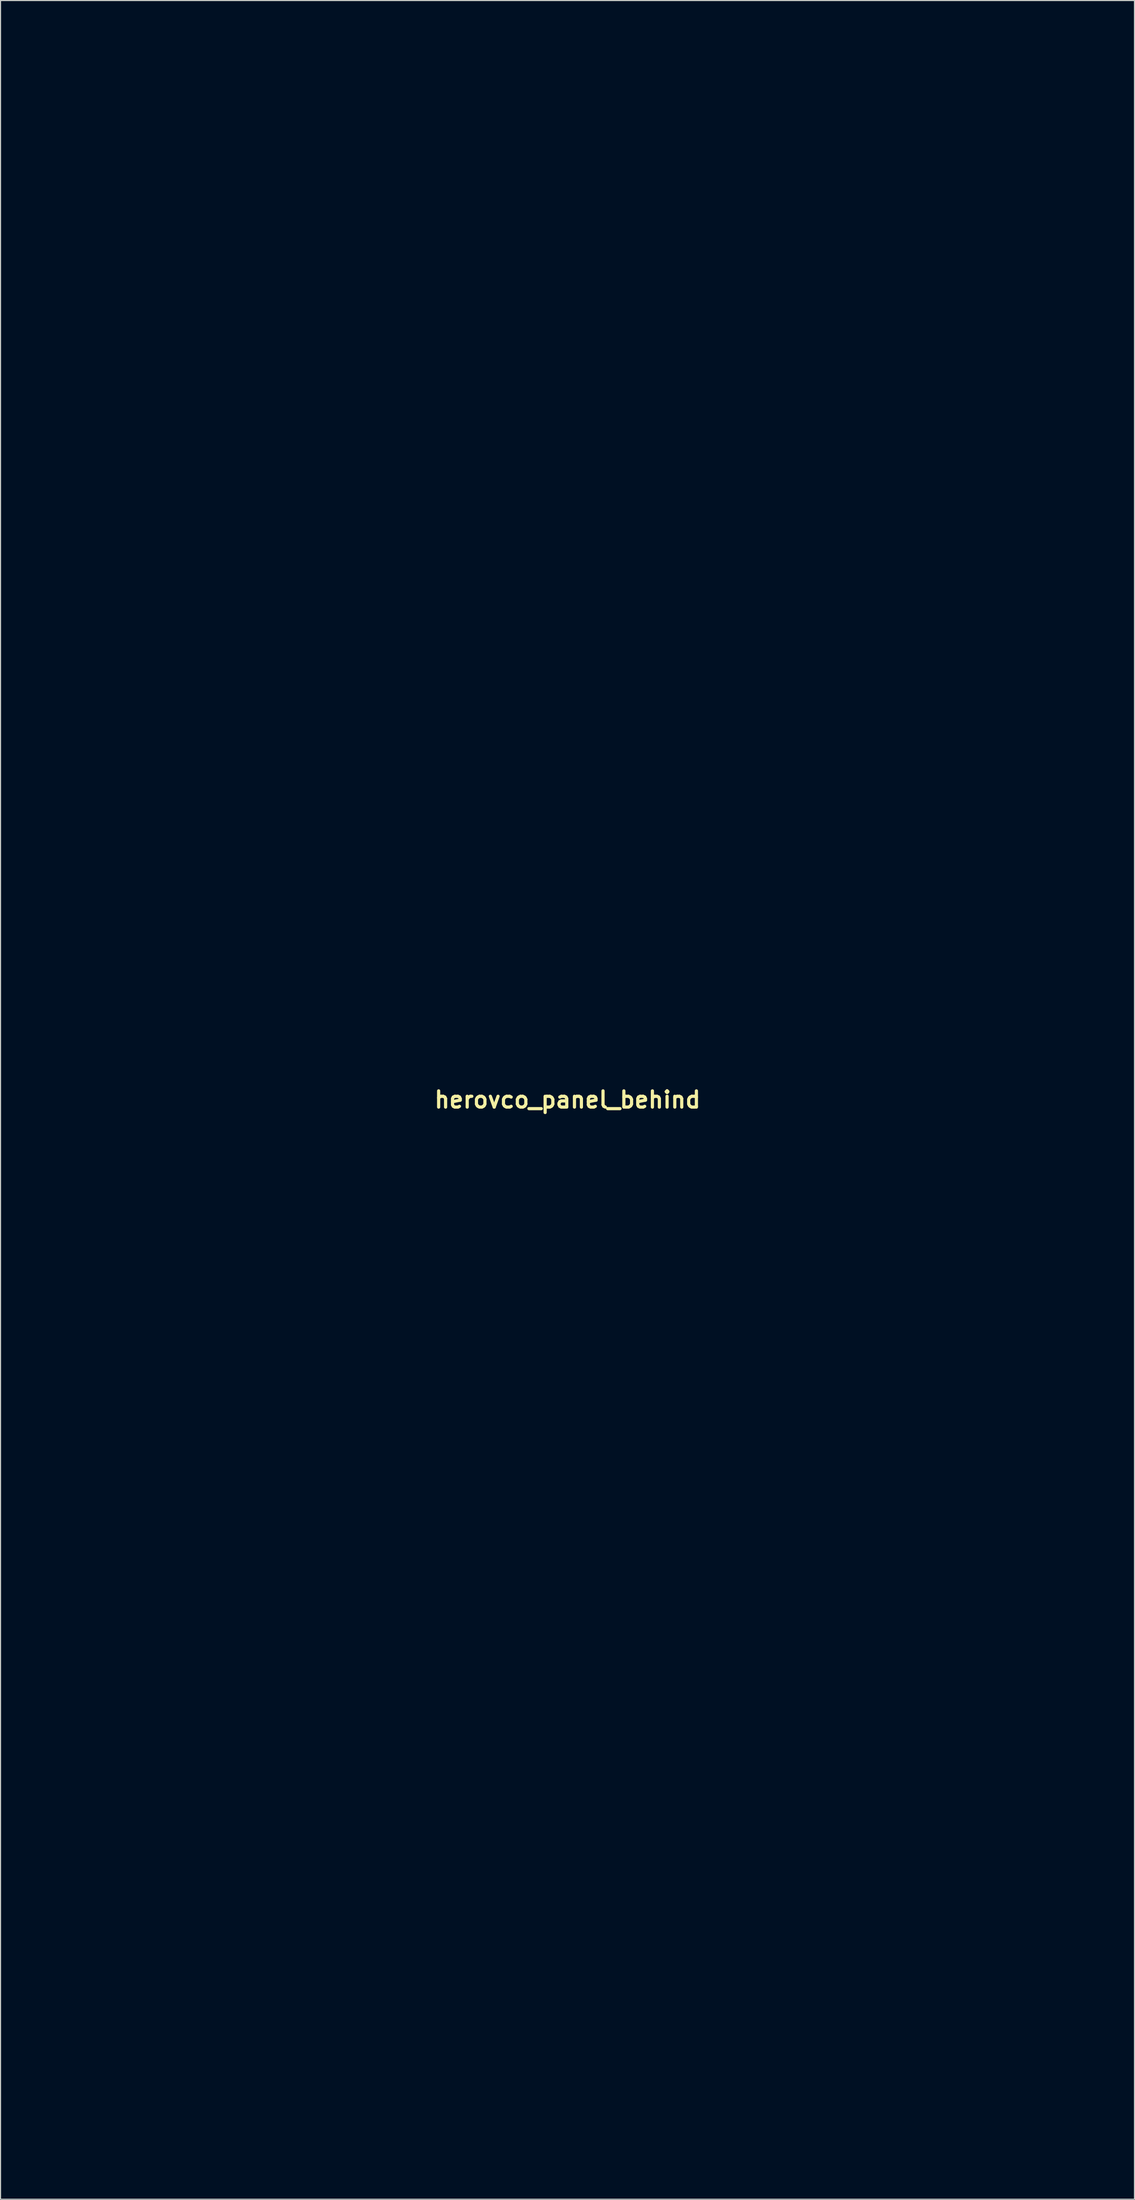
<source format=kicad_pcb>
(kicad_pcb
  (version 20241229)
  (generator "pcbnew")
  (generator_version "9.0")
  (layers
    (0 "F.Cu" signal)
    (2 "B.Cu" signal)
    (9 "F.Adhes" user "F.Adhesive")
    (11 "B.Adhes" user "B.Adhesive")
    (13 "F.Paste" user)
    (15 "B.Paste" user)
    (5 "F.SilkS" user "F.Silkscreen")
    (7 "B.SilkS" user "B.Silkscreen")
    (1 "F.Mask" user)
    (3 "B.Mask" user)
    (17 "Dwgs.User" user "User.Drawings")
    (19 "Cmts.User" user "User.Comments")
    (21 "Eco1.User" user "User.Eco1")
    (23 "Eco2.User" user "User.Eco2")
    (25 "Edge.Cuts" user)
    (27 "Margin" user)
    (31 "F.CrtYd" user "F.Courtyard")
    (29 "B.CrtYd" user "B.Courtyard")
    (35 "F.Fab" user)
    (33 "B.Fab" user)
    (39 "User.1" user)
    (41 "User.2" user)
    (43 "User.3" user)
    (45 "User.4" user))
  (footprint "herovco_panel_behind"
    (layer "F.Cu")
    (at 50.317 100.304)
    (property "Reference" "herovco_panel_behind" (at 0 0 0) (layer "F.SilkS") (effects (font (size 1.524 1.524) (thickness 0.3))))
    (attr board_only exclude_from_pos_files exclude_from_bom)
    (fp_poly (pts (xy -32.499 6.515) (xy -34.931 6.522) (xy -37.363 6.528) (xy -37.363 5.131) (xy -35.001 5.131) (xy -35.001 4.877) (xy -37.363 4.877) (xy -37.363 3.505) (xy -32.486 3.505)) (stroke (width 0.1) (type solid)) (fill no) (layer "Eco1.User"))
    (fp_poly (pts (xy 50.267 100.279) (xy -50.267 100.279) (xy -50.267 99.746) (xy -49.733 99.746) (xy 49.733 99.746) (xy 49.733 -99.72) (xy -49.733 -99.72) (xy -49.733 99.746) (xy -50.267 99.746) (xy -50.267 -100.254) (xy 50.267 -100.254)) (stroke (width 0.1) (type solid)) (fill no) (layer "Eco1.User"))
    (fp_poly (pts (xy 45.72 -38.252) (xy 35.306 -38.252) (xy 35.306 -39.853) (xy 43.002 -39.853) (xy 43.866 -39.853) (xy 43.866 -38.989) (xy 44.12 -38.989) (xy 44.12 -39.853) (xy 45.009 -39.853) (xy 45.009 -40.105) (xy 44.571 -40.112) (xy 44.133 -40.119) (xy 44.119 -40.996) (xy 43.866 -40.996) (xy 43.866 -40.107) (xy 43.002 -40.107) (xy 43.002 -39.853) (xy 35.306 -39.853) (xy 35.306 -44.12) (xy 45.72 -44.12)) (stroke (width 0.1) (type solid)) (fill no) (layer "Eco1.User"))
    (fp_poly (pts (xy 45.72 -28.245) (xy 35.306 -28.245) (xy 35.306 -29.845) (xy 43.002 -29.845) (xy 43.866 -29.845) (xy 43.866 -28.981) (xy 44.12 -28.981) (xy 44.12 -29.844) (xy 44.558 -29.851) (xy 44.996 -29.858) (xy 45.011 -30.124) (xy 44.12 -30.124) (xy 44.12 -30.988) (xy 43.866 -30.988) (xy 43.866 -30.124) (xy 43.002 -30.124) (xy 43.002 -29.845) (xy 35.306 -29.845) (xy 35.306 -34.112) (xy 45.72 -34.112)) (stroke (width 0.1) (type solid)) (fill no) (layer "Eco1.User"))
    (fp_poly (pts (xy 45.72 -8.255) (xy 35.306 -8.255) (xy 35.306 -9.855) (xy 43.002 -9.855) (xy 43.866 -9.855) (xy 43.866 -8.992) (xy 44.12 -8.992) (xy 44.12 -9.855) (xy 45.009 -9.855) (xy 45.009 -10.108) (xy 44.571 -10.115) (xy 44.133 -10.122) (xy 44.119 -11.001) (xy 43.879 -10.986) (xy 43.865 -10.109) (xy 43.002 -10.109) (xy 43.002 -9.855) (xy 35.306 -9.855) (xy 35.306 -14.122) (xy 45.72 -14.122)) (stroke (width 0.1) (type solid)) (fill no) (layer "Eco1.User"))
    (fp_poly (pts (xy 45.72 1.753) (xy 35.306 1.753) (xy 35.306 0.152) (xy 43.002 0.152) (xy 43.866 0.152) (xy 43.866 1.016) (xy 44.12 1.016) (xy 44.12 0.154) (xy 44.558 0.147) (xy 44.996 0.14) (xy 44.996 -0.114) (xy 44.12 -0.128) (xy 44.12 -0.991) (xy 43.866 -0.991) (xy 43.866 -0.127) (xy 43.002 -0.127) (xy 43.002 0.152) (xy 35.306 0.152) (xy 35.306 -4.115) (xy 45.72 -4.115)) (stroke (width 0.1) (type solid)) (fill no) (layer "Eco1.User"))
    (fp_poly (pts (xy 45.72 -18.237) (xy 35.306 -18.237) (xy 35.306 -19.863) (xy 43.002 -19.863) (xy 43.866 -19.863) (xy 43.866 -18.999) (xy 44.119 -18.999) (xy 44.126 -19.425) (xy 44.133 -19.85) (xy 45.009 -19.864) (xy 45.009 -20.116) (xy 44.571 -20.123) (xy 44.133 -20.13) (xy 44.126 -20.555) (xy 44.119 -20.98) (xy 43.866 -20.98) (xy 43.866 -20.117) (xy 43.002 -20.117) (xy 43.002 -19.863) (xy 35.306 -19.863) (xy 35.306 -24.105) (xy 45.72 -24.105)) (stroke (width 0.1) (type solid)) (fill no) (layer "Eco1.User"))
    (fp_poly (pts (xy 45.707 -48.247) (xy 40.507 -48.241) (xy 35.306 -48.234) (xy 35.309 -49.86) (xy 43.002 -49.86) (xy 43.866 -49.86) (xy 43.866 -48.997) (xy 44.119 -48.997) (xy 44.126 -49.422) (xy 44.133 -49.847) (xy 45.009 -49.861) (xy 45.009 -50.113) (xy 44.571 -50.12) (xy 44.133 -50.127) (xy 44.126 -50.552) (xy 44.119 -50.978) (xy 43.866 -50.978) (xy 43.866 -50.114) (xy 43.002 -50.114) (xy 43.002 -49.86) (xy 35.309 -49.86) (xy 35.312 -51.175) (xy 35.319 -54.115) (xy 45.707 -54.115)) (stroke (width 0.1) (type solid)) (fill no) (layer "Eco1.User"))
    (fp_poly (pts (xy 45.517 -58.242) (xy 35.103 -58.242) (xy 35.103 -59.868) (xy 43.002 -59.868) (xy 43.866 -59.868) (xy 43.866 -59.44) (xy 43.867 -59.298) (xy 43.869 -59.173) (xy 43.873 -59.076) (xy 43.878 -59.014) (xy 43.883 -58.996) (xy 43.917 -58.985) (xy 43.981 -58.979) (xy 44.009 -58.979) (xy 44.119 -58.979) (xy 44.133 -59.855) (xy 45.009 -59.869) (xy 45.009 -60.122) (xy 44.12 -60.122) (xy 44.12 -60.985) (xy 43.866 -60.985) (xy 43.866 -60.122) (xy 43.002 -60.122) (xy 43.002 -59.868) (xy 35.103 -59.868) (xy 35.103 -64.11) (xy 45.517 -64.11)) (stroke (width 0.1) (type solid)) (fill no) (layer "Eco1.User"))
    (fp_poly (pts (xy -37.643 4.877) (xy -40.005 4.877) (xy -40.005 5.131) (xy -37.643 5.131) (xy -37.643 6.528) (xy -40.069 6.528) (xy -40.491 6.528) (xy -40.864 6.527) (xy -41.191 6.527) (xy -41.475 6.526) (xy -41.719 6.524) (xy -41.924 6.522) (xy -42.094 6.52) (xy -42.231 6.517) (xy -42.337 6.514) (xy -42.416 6.51) (xy -42.469 6.506) (xy -42.498 6.501) (xy -42.508 6.496) (xy -42.51 6.465) (xy -42.512 6.389) (xy -42.513 6.27) (xy -42.514 6.115) (xy -42.515 5.927) (xy -42.515 5.711) (xy -42.515 5.473) (xy -42.514 5.215) (xy -42.513 4.991) (xy -42.507 3.518) (xy -37.643 3.505)) (stroke (width 0.1) (type solid)) (fill no) (layer "Eco1.User"))
    (fp_poly (pts (xy -29.532 67.051) (xy -29.464 67.122) (xy -29.464 75.022) (xy -29.464 82.922) (xy -29.523 82.977) (xy -29.582 83.033) (xy -41.266 83.033) (xy -43.347 81.053) (xy -43.622 80.791) (xy -43.887 80.538) (xy -44.14 80.296) (xy -44.379 80.067) (xy -44.601 79.854) (xy -44.804 79.659) (xy -44.985 79.485) (xy -45.142 79.333) (xy -45.272 79.205) (xy -45.374 79.106) (xy -45.444 79.035) (xy -45.481 78.997) (xy -45.485 78.992) (xy -45.542 78.91) (xy -45.542 73.016) (xy -45.542 67.259) (xy -45.263 67.259) (xy -45.262 73.057) (xy -45.262 78.854) (xy -41.137 82.779) (xy -29.743 82.779) (xy -29.743 67.259) (xy -45.263 67.259) (xy -45.542 67.259) (xy -45.542 67.122) (xy -45.474 67.051) (xy -45.406 66.98) (xy -29.601 66.98)) (stroke (width 0.1) (type solid)) (fill no) (layer "Eco1.User"))
    (fp_poly (pts (xy -4.47 17.11) (xy -4.47 25.007) (xy -4.47 32.903) (xy -4.607 33.045) (xy -16.224 33.045) (xy -16.297 32.988) (xy -16.326 32.963) (xy -16.388 32.906) (xy -16.481 32.818) (xy -16.602 32.705) (xy -16.748 32.567) (xy -16.916 32.409) (xy -17.103 32.232) (xy -17.306 32.04) (xy -17.522 31.835) (xy -17.748 31.621) (xy -17.981 31.399) (xy -18.219 31.173) (xy -18.458 30.946) (xy -18.695 30.721) (xy -18.927 30.5) (xy -19.152 30.286) (xy -19.366 30.081) (xy -19.567 29.89) (xy -19.751 29.714) (xy -19.916 29.556) (xy -20.058 29.42) (xy -20.175 29.307) (xy -20.264 29.221) (xy -20.321 29.165) (xy -20.326 29.16) (xy -20.523 28.963) (xy -20.523 28.844) (xy -20.269 28.844) (xy -18.209 30.805) (xy -16.149 32.766) (xy -4.75 32.766) (xy -4.75 17.247) (xy -20.269 17.247) (xy -20.269 28.844) (xy -20.523 28.844) (xy -20.523 17.103) (xy -20.464 17.048) (xy -20.406 16.993) (xy -4.581 16.993)) (stroke (width 0.1) (type solid)) (fill no) (layer "Eco1.User"))
    (fp_poly (pts (xy 20.523 42.104) (xy 20.523 57.929) (xy 20.464 57.984) (xy 20.406 58.039) (xy 8.77 58.039) (xy 8.697 57.982) (xy 8.668 57.957) (xy 8.606 57.899) (xy 8.513 57.812) (xy 8.391 57.698) (xy 8.246 57.561) (xy 8.078 57.402) (xy 7.891 57.226) (xy 7.688 57.033) (xy 7.472 56.829) (xy 7.245 56.614) (xy 7.012 56.393) (xy 6.775 56.167) (xy 6.536 55.94) (xy 6.299 55.715) (xy 6.066 55.493) (xy 5.841 55.279) (xy 5.627 55.075) (xy 5.427 54.883) (xy 5.242 54.707) (xy 5.078 54.55) (xy 4.935 54.413) (xy 4.818 54.301) (xy 4.73 54.215) (xy 4.672 54.159) (xy 4.667 54.153) (xy 4.47 53.956) (xy 4.47 42.266) (xy 4.75 42.266) (xy 4.75 48.063) (xy 4.75 53.861) (xy 6.797 55.81) (xy 8.845 57.76) (xy 20.269 57.76) (xy 20.269 42.266) (xy 4.75 42.266) (xy 4.47 42.266) (xy 4.47 42.129) (xy 4.539 42.057) (xy 4.607 41.986) (xy 20.413 41.986)) (stroke (width 0.1) (type solid)) (fill no) (layer "Eco1.User"))
    (fp_poly (pts (xy -29.532 42.057) (xy -29.464 42.129) (xy -29.464 57.897) (xy -29.532 57.968) (xy -29.601 58.039) (xy -41.253 58.039) (xy -41.395 57.906) (xy -41.536 57.774) (xy -41.699 57.62) (xy -41.883 57.446) (xy -42.084 57.255) (xy -42.3 57.05) (xy -42.528 56.834) (xy -42.764 56.609) (xy -43.007 56.377) (xy -43.254 56.143) (xy -43.5 55.907) (xy -43.745 55.674) (xy -43.984 55.445) (xy -44.216 55.223) (xy -44.437 55.011) (xy -44.644 54.812) (xy -44.835 54.629) (xy -45.007 54.463) (xy -45.157 54.318) (xy -45.283 54.197) (xy -45.38 54.101) (xy -45.448 54.035) (xy -45.482 54) (xy -45.485 53.996) (xy -45.542 53.917) (xy -45.542 48.023) (xy -45.542 42.266) (xy -45.263 42.266) (xy -45.261 48.063) (xy -45.259 53.861) (xy -43.21 55.81) (xy -41.161 57.758) (xy -35.452 57.759) (xy -29.743 57.76) (xy -29.743 42.266) (xy -45.263 42.266) (xy -45.542 42.266) (xy -45.542 42.129) (xy -45.474 42.057) (xy -45.406 41.986) (xy -29.601 41.986)) (stroke (width 0.1) (type solid)) (fill no) (layer "Eco1.User"))
    (fp_poly (pts (xy -4.539 67.051) (xy -4.47 67.122) (xy -4.47 82.922) (xy -4.529 82.977) (xy -4.588 83.033) (xy -16.261 83.033) (xy -16.43 82.872) (xy -16.472 82.832) (xy -16.548 82.76) (xy -16.655 82.658) (xy -16.791 82.529) (xy -16.953 82.375) (xy -17.138 82.199) (xy -17.344 82.004) (xy -17.567 81.792) (xy -17.805 81.565) (xy -18.056 81.327) (xy -18.316 81.08) (xy -18.491 80.914) (xy -18.754 80.664) (xy -19.007 80.424) (xy -19.247 80.194) (xy -19.474 79.979) (xy -19.683 79.779) (xy -19.873 79.599) (xy -20.04 79.439) (xy -20.183 79.302) (xy -20.298 79.192) (xy -20.384 79.11) (xy -20.437 79.058) (xy -20.453 79.042) (xy -20.523 78.968) (xy -20.522 73.044) (xy -20.522 67.259) (xy -20.269 67.259) (xy -20.267 73.057) (xy -20.265 78.854) (xy -18.203 80.816) (xy -16.142 82.777) (xy -10.446 82.778) (xy -4.75 82.779) (xy -4.75 67.259) (xy -20.269 67.259) (xy -20.522 67.259) (xy -20.522 67.12) (xy -20.399 66.98) (xy -4.607 66.98)) (stroke (width 0.1) (type solid)) (fill no) (layer "Eco1.User"))
    (fp_poly (pts (xy 45.474 42.057) (xy 45.542 42.129) (xy 45.542 57.897) (xy 45.474 57.968) (xy 45.406 58.039) (xy 33.755 58.039) (xy 33.637 57.931) (xy 33.562 57.862) (xy 33.458 57.764) (xy 33.327 57.641) (xy 33.172 57.495) (xy 32.997 57.329) (xy 32.803 57.145) (xy 32.594 56.947) (xy 32.373 56.736) (xy 32.143 56.517) (xy 31.906 56.291) (xy 31.666 56.062) (xy 31.425 55.831) (xy 31.186 55.603) (xy 30.952 55.379) (xy 30.726 55.162) (xy 30.51 54.956) (xy 30.309 54.762) (xy 30.124 54.584) (xy 29.958 54.424) (xy 29.815 54.286) (xy 29.696 54.171) (xy 29.606 54.083) (xy 29.547 54.024) (xy 29.521 53.997) (xy 29.521 53.997) (xy 29.464 53.917) (xy 29.464 42.266) (xy 29.743 42.266) (xy 29.745 48.063) (xy 29.746 53.861) (xy 31.796 55.81) (xy 33.846 57.759) (xy 45.263 57.76) (xy 45.263 42.266) (xy 29.743 42.266) (xy 29.464 42.266) (xy 29.464 42.129) (xy 29.532 42.057) (xy 29.601 41.986) (xy 45.406 41.986)) (stroke (width 0.1) (type solid)) (fill no) (layer "Eco1.User"))
    (fp_poly (pts (xy 45.474 67.051) (xy 45.542 67.122) (xy 45.542 82.89) (xy 45.474 82.961) (xy 45.406 83.033) (xy 33.736 83.033) (xy 31.616 81.013) (xy 31.339 80.749) (xy 31.073 80.495) (xy 30.819 80.251) (xy 30.58 80.021) (xy 30.358 79.807) (xy 30.156 79.612) (xy 29.976 79.436) (xy 29.82 79.283) (xy 29.691 79.155) (xy 29.59 79.055) (xy 29.521 78.983) (xy 29.485 78.944) (xy 29.48 78.937) (xy 29.479 78.906) (xy 29.478 78.854) (xy 29.743 78.854) (xy 31.804 80.816) (xy 33.865 82.779) (xy 45.263 82.779) (xy 45.263 67.259) (xy 29.743 67.259) (xy 29.743 78.854) (xy 29.478 78.854) (xy 29.477 78.827) (xy 29.476 78.702) (xy 29.475 78.533) (xy 29.473 78.322) (xy 29.472 78.072) (xy 29.471 77.784) (xy 29.47 77.462) (xy 29.469 77.106) (xy 29.468 76.721) (xy 29.467 76.307) (xy 29.466 75.867) (xy 29.466 75.404) (xy 29.465 74.919) (xy 29.465 74.415) (xy 29.465 73.895) (xy 29.464 73.36) (xy 29.464 73.001) (xy 29.464 67.122) (xy 29.532 67.051) (xy 29.601 66.98) (xy 45.406 66.98)) (stroke (width 0.1) (type solid)) (fill no) (layer "Eco1.User"))
    (fp_poly (pts (xy -4.47 42.104) (xy -4.47 57.929) (xy -4.529 57.984) (xy -4.588 58.039) (xy -16.263 58.039) (xy -16.494 57.815) (xy -16.545 57.766) (xy -16.63 57.684) (xy -16.746 57.573) (xy -16.89 57.436) (xy -17.06 57.274) (xy -17.252 57.09) (xy -17.464 56.889) (xy -17.692 56.671) (xy -17.935 56.44) (xy -18.188 56.199) (xy -18.45 55.949) (xy -18.598 55.808) (xy -18.858 55.56) (xy -19.108 55.322) (xy -19.345 55.095) (xy -19.567 54.883) (xy -19.771 54.686) (xy -19.955 54.509) (xy -20.116 54.353) (xy -20.253 54.221) (xy -20.361 54.114) (xy -20.44 54.037) (xy -20.486 53.99) (xy -20.497 53.977) (xy -20.5 53.948) (xy -20.503 53.874) (xy -20.504 53.843) (xy -20.269 53.843) (xy -18.218 55.8) (xy -16.167 57.756) (xy -4.75 57.76) (xy -4.75 42.266) (xy -20.269 42.266) (xy -20.269 53.843) (xy -20.504 53.843) (xy -20.506 53.754) (xy -20.509 53.588) (xy -20.511 53.376) (xy -20.513 53.118) (xy -20.515 52.812) (xy -20.517 52.458) (xy -20.518 52.057) (xy -20.52 51.608) (xy -20.521 51.11) (xy -20.522 50.563) (xy -20.522 49.966) (xy -20.523 49.32) (xy -20.523 48.624) (xy -20.523 48.012) (xy -20.523 42.097) (xy -20.464 42.041) (xy -20.406 41.986) (xy -4.581 41.986)) (stroke (width 0.1) (type solid)) (fill no) (layer "Eco1.User"))
    (fp_poly (pts (xy 20.523 67.097) (xy 20.523 82.922) (xy 20.464 82.977) (xy 20.406 83.033) (xy 8.731 83.033) (xy 8.499 82.808) (xy 8.448 82.759) (xy 8.363 82.678) (xy 8.247 82.567) (xy 8.103 82.429) (xy 7.934 82.267) (xy 7.741 82.084) (xy 7.53 81.882) (xy 7.301 81.664) (xy 7.059 81.434) (xy 6.805 81.192) (xy 6.544 80.943) (xy 6.395 80.802) (xy 6.135 80.554) (xy 5.886 80.316) (xy 5.649 80.089) (xy 5.427 79.876) (xy 5.223 79.68) (xy 5.039 79.503) (xy 4.877 79.347) (xy 4.741 79.214) (xy 4.632 79.108) (xy 4.554 79.03) (xy 4.508 78.983) (xy 4.497 78.97) (xy 4.493 78.941) (xy 4.49 78.867) (xy 4.49 78.859) (xy 4.75 78.859) (xy 6.801 80.817) (xy 8.852 82.775) (xy 14.561 82.777) (xy 20.269 82.779) (xy 20.269 67.259) (xy 4.75 67.259) (xy 4.75 78.859) (xy 4.49 78.859) (xy 4.488 78.748) (xy 4.485 78.582) (xy 4.483 78.37) (xy 4.48 78.111) (xy 4.478 77.805) (xy 4.477 77.452) (xy 4.475 77.05) (xy 4.474 76.601) (xy 4.473 76.103) (xy 4.472 75.555) (xy 4.471 74.959) (xy 4.471 74.313) (xy 4.47 73.616) (xy 4.47 73.022) (xy 4.47 67.122) (xy 4.539 67.051) (xy 4.607 66.98) (xy 20.413 66.98)) (stroke (width 0.1) (type solid)) (fill no) (layer "Eco1.User"))
    (fp_poly (pts (xy -43.721 95.486) (xy -43.462 95.598) (xy -43.227 95.751) (xy -43.022 95.939) (xy -42.854 96.156) (xy -42.808 96.233) (xy -42.725 96.395) (xy -42.668 96.543) (xy -42.633 96.694) (xy -42.616 96.866) (xy -42.612 97.015) (xy -42.613 97.155) (xy -42.619 97.26) (xy -42.631 97.345) (xy -42.651 97.425) (xy -42.678 97.506) (xy -42.799 97.778) (xy -42.955 98.013) (xy -43.148 98.214) (xy -43.319 98.345) (xy -43.525 98.463) (xy -43.741 98.545) (xy -43.983 98.595) (xy -44.046 98.603) (xy -44.113 98.608) (xy -44.225 98.612) (xy -44.375 98.615) (xy -44.559 98.618) (xy -44.768 98.621) (xy -44.999 98.622) (xy -45.244 98.623) (xy -45.498 98.624) (xy -45.754 98.624) (xy -46.007 98.623) (xy -46.251 98.622) (xy -46.48 98.62) (xy -46.687 98.618) (xy -46.867 98.615) (xy -47.014 98.611) (xy -47.121 98.607) (xy -47.181 98.603) (xy -47.46 98.545) (xy -47.719 98.441) (xy -47.955 98.295) (xy -48.162 98.11) (xy -48.337 97.889) (xy -48.428 97.732) (xy -48.523 97.507) (xy -48.578 97.28) (xy -48.597 97.032) (xy -48.597 97.015) (xy -48.573 96.73) (xy -48.502 96.462) (xy -48.386 96.213) (xy -48.229 95.99) (xy -48.032 95.794) (xy -47.798 95.63) (xy -47.712 95.584) (xy -47.648 95.551) (xy -47.59 95.523) (xy -47.534 95.5) (xy -47.476 95.48) (xy -47.412 95.463) (xy -47.337 95.45) (xy -47.247 95.439) (xy -47.139 95.431) (xy -47.008 95.425) (xy -46.85 95.42) (xy -46.661 95.418) (xy -46.437 95.416) (xy -46.174 95.415) (xy -45.867 95.415) (xy -45.58 95.415) (xy -43.929 95.415)) (stroke (width 0.1) (type solid)) (fill no) (layer "Eco1.User"))
    (fp_poly (pts (xy -44.85 -98.6) (xy -44.625 -98.598) (xy -44.434 -98.595) (xy -44.273 -98.589) (xy -44.137 -98.582) (xy -44.023 -98.573) (xy -43.927 -98.561) (xy -43.843 -98.547) (xy -43.768 -98.529) (xy -43.698 -98.509) (xy -43.666 -98.498) (xy -43.428 -98.392) (xy -43.209 -98.242) (xy -43.014 -98.053) (xy -42.849 -97.832) (xy -42.718 -97.583) (xy -42.678 -97.481) (xy -42.648 -97.391) (xy -42.629 -97.311) (xy -42.618 -97.225) (xy -42.613 -97.118) (xy -42.612 -96.99) (xy -42.619 -96.793) (xy -42.64 -96.629) (xy -42.68 -96.48) (xy -42.743 -96.33) (xy -42.808 -96.208) (xy -42.962 -95.983) (xy -43.156 -95.785) (xy -43.381 -95.62) (xy -43.632 -95.494) (xy -43.721 -95.461) (xy -43.929 -95.391) (xy -45.504 -95.386) (xy -45.787 -95.386) (xy -46.059 -95.386) (xy -46.314 -95.387) (xy -46.548 -95.389) (xy -46.756 -95.391) (xy -46.933 -95.394) (xy -47.074 -95.397) (xy -47.174 -95.4) (xy -47.229 -95.404) (xy -47.23 -95.404) (xy -47.501 -95.47) (xy -47.753 -95.58) (xy -47.982 -95.731) (xy -48.183 -95.917) (xy -48.35 -96.134) (xy -48.48 -96.378) (xy -48.556 -96.603) (xy -48.583 -96.759) (xy -48.595 -96.941) (xy -48.591 -97.129) (xy -48.572 -97.301) (xy -48.556 -97.376) (xy -48.463 -97.637) (xy -48.327 -97.878) (xy -48.151 -98.094) (xy -47.942 -98.278) (xy -47.72 -98.414) (xy -47.652 -98.449) (xy -47.591 -98.479) (xy -47.533 -98.504) (xy -47.473 -98.525) (xy -47.407 -98.542) (xy -47.33 -98.556) (xy -47.238 -98.567) (xy -47.127 -98.575) (xy -46.992 -98.581) (xy -46.828 -98.586) (xy -46.632 -98.59) (xy -46.399 -98.592) (xy -46.124 -98.594) (xy -45.803 -98.597) (xy -45.771 -98.597) (xy -45.419 -98.599) (xy -45.113 -98.6)) (stroke (width 0.1) (type solid)) (fill no) (layer "Eco1.User"))
    (fp_poly (pts (xy -29.532 17.064) (xy -29.464 17.135) (xy -29.464 32.903) (xy -29.601 33.045) (xy -35.406 33.045) (xy -36.074 33.045) (xy -36.692 33.045) (xy -37.263 33.044) (xy -37.788 33.044) (xy -38.268 33.043) (xy -38.706 33.043) (xy -39.103 33.042) (xy -39.461 33.041) (xy -39.78 33.039) (xy -40.064 33.038) (xy -40.313 33.037) (xy -40.529 33.035) (xy -40.714 33.033) (xy -40.869 33.031) (xy -40.996 33.028) (xy -41.097 33.025) (xy -41.173 33.023) (xy -41.226 33.019) (xy -41.257 33.016) (xy -41.268 33.013) (xy -41.299 32.989) (xy -41.363 32.932) (xy -41.458 32.845) (xy -41.58 32.732) (xy -41.728 32.595) (xy -41.897 32.436) (xy -42.085 32.258) (xy -42.289 32.065) (xy -42.507 31.858) (xy -42.735 31.641) (xy -42.972 31.416) (xy -43.213 31.185) (xy -43.456 30.953) (xy -43.698 30.72) (xy -43.937 30.491) (xy -44.169 30.267) (xy -44.392 30.052) (xy -44.603 29.848) (xy -44.799 29.658) (xy -44.977 29.485) (xy -45.135 29.331) (xy -45.269 29.199) (xy -45.377 29.091) (xy -45.455 29.011) (xy -45.502 28.962) (xy -45.514 28.946) (xy -45.518 28.92) (xy -45.521 28.859) (xy -45.521 28.849) (xy -45.263 28.849) (xy -43.212 30.806) (xy -41.161 32.763) (xy -29.743 32.766) (xy -29.743 17.247) (xy -45.263 17.247) (xy -45.263 28.849) (xy -45.521 28.849) (xy -45.524 28.762) (xy -45.526 28.629) (xy -45.529 28.458) (xy -45.531 28.249) (xy -45.533 27.999) (xy -45.535 27.71) (xy -45.536 27.378) (xy -45.538 27.004) (xy -45.539 26.586) (xy -45.54 26.123) (xy -45.541 25.615) (xy -45.541 25.06) (xy -45.542 24.458) (xy -45.542 23.807) (xy -45.542 23.106) (xy -45.542 23.004) (xy -45.542 17.135) (xy -45.474 17.064) (xy -45.406 16.993) (xy -29.601 16.993)) (stroke (width 0.1) (type solid)) (fill no) (layer "Eco1.User"))
    (fp_poly (pts (xy 46.234 95.415) (xy 46.488 95.416) (xy 46.705 95.418) (xy 46.887 95.421) (xy 47.039 95.426) (xy 47.165 95.433) (xy 47.27 95.442) (xy 47.357 95.454) (xy 47.43 95.469) (xy 47.495 95.487) (xy 47.555 95.51) (xy 47.613 95.536) (xy 47.675 95.567) (xy 47.739 95.6) (xy 47.889 95.695) (xy 48.045 95.823) (xy 48.193 95.971) (xy 48.32 96.126) (xy 48.396 96.243) (xy 48.498 96.476) (xy 48.563 96.732) (xy 48.589 96.998) (xy 48.574 97.26) (xy 48.551 97.384) (xy 48.465 97.641) (xy 48.335 97.879) (xy 48.165 98.094) (xy 47.961 98.28) (xy 47.727 98.433) (xy 47.467 98.547) (xy 47.396 98.57) (xy 47.362 98.578) (xy 47.32 98.586) (xy 47.265 98.592) (xy 47.194 98.598) (xy 47.103 98.602) (xy 46.988 98.606) (xy 46.845 98.609) (xy 46.669 98.611) (xy 46.457 98.613) (xy 46.205 98.615) (xy 45.908 98.616) (xy 45.707 98.617) (xy 45.426 98.618) (xy 45.157 98.618) (xy 44.904 98.618) (xy 44.672 98.617) (xy 44.466 98.615) (xy 44.292 98.613) (xy 44.154 98.611) (xy 44.056 98.608) (xy 44.005 98.604) (xy 43.739 98.55) (xy 43.495 98.452) (xy 43.267 98.309) (xy 43.065 98.133) (xy 42.878 97.915) (xy 42.739 97.682) (xy 42.648 97.43) (xy 42.602 97.159) (xy 42.597 97.015) (xy 42.619 96.734) (xy 42.686 96.474) (xy 42.8 96.233) (xy 42.962 96.009) (xy 43.065 95.897) (xy 43.27 95.717) (xy 43.483 95.582) (xy 43.716 95.484) (xy 43.79 95.462) (xy 43.826 95.452) (xy 43.866 95.444) (xy 43.913 95.437) (xy 43.972 95.432) (xy 44.047 95.427) (xy 44.141 95.423) (xy 44.259 95.421) (xy 44.404 95.418) (xy 44.581 95.417) (xy 44.794 95.416) (xy 45.047 95.415) (xy 45.344 95.415) (xy 45.593 95.415) (xy 45.937 95.415)) (stroke (width 0.1) (type solid)) (fill no) (layer "Eco1.User"))
    (fp_poly (pts (xy -12.185 44.517) (xy -11.691 44.568) (xy -11.202 44.664) (xy -10.719 44.805) (xy -10.248 44.991) (xy -9.789 45.222) (xy -9.348 45.499) (xy -9.06 45.712) (xy -8.723 46.006) (xy -8.401 46.342) (xy -8.102 46.71) (xy -7.833 47.102) (xy -7.601 47.508) (xy -7.572 47.565) (xy -7.371 48.012) (xy -7.215 48.459) (xy -7.104 48.914) (xy -7.034 49.384) (xy -7.005 49.877) (xy -7.003 50.013) (xy -7.02 50.49) (xy -7.072 50.939) (xy -7.161 51.371) (xy -7.289 51.796) (xy -7.329 51.908) (xy -7.535 52.391) (xy -7.781 52.847) (xy -8.066 53.272) (xy -8.386 53.667) (xy -8.738 54.028) (xy -9.12 54.355) (xy -9.53 54.645) (xy -9.964 54.897) (xy -10.419 55.109) (xy -10.894 55.279) (xy -11.384 55.406) (xy -11.889 55.487) (xy -12.404 55.521) (xy -12.927 55.507) (xy -12.929 55.507) (xy -13.232 55.472) (xy -13.561 55.413) (xy -13.898 55.334) (xy -14.225 55.24) (xy -14.463 55.156) (xy -14.937 54.95) (xy -15.384 54.703) (xy -15.803 54.417) (xy -16.191 54.095) (xy -16.548 53.741) (xy -16.87 53.357) (xy -17.156 52.946) (xy -17.403 52.511) (xy -17.611 52.056) (xy -17.777 51.582) (xy -17.899 51.092) (xy -17.976 50.591) (xy -18.001 50.14) (xy -15.011 50.14) (xy -12.624 50.14) (xy -12.624 52.502) (xy -12.37 52.502) (xy -12.37 50.14) (xy -10.008 50.14) (xy -10.008 49.886) (xy -12.37 49.886) (xy -12.37 47.523) (xy -12.624 47.523) (xy -12.624 49.886) (xy -15.011 49.886) (xy -15.011 50.14) (xy -18.001 50.14) (xy -18.005 50.08) (xy -18.001 49.822) (xy -17.955 49.286) (xy -17.861 48.765) (xy -17.721 48.262) (xy -17.534 47.779) (xy -17.302 47.317) (xy -17.025 46.878) (xy -16.705 46.463) (xy -16.341 46.075) (xy -16.32 46.054) (xy -15.925 45.707) (xy -15.506 45.405) (xy -15.068 45.145) (xy -14.613 44.93) (xy -14.143 44.759) (xy -13.662 44.632) (xy -13.174 44.549) (xy -12.68 44.511)) (stroke (width 0.1) (type solid)) (fill no) (layer "Eco1.User"))
    (fp_poly (pts (xy -11.991 19.533) (xy -11.5 19.602) (xy -11.017 19.715) (xy -10.546 19.87) (xy -10.088 20.067) (xy -9.649 20.306) (xy -9.231 20.586) (xy -8.838 20.905) (xy -8.472 21.263) (xy -8.222 21.552) (xy -7.908 21.979) (xy -7.641 22.427) (xy -7.419 22.896) (xy -7.241 23.389) (xy -7.108 23.906) (xy -7.046 24.244) (xy -7.025 24.43) (xy -7.01 24.651) (xy -7.003 24.893) (xy -7.003 25.142) (xy -7.01 25.384) (xy -7.025 25.604) (xy -7.046 25.788) (xy -7.046 25.79) (xy -7.153 26.319) (xy -7.305 26.826) (xy -7.501 27.312) (xy -7.738 27.772) (xy -8.015 28.205) (xy -8.331 28.609) (xy -8.684 28.981) (xy -9.072 29.319) (xy -9.494 29.622) (xy -9.948 29.886) (xy -10.071 29.948) (xy -10.558 30.159) (xy -11.059 30.323) (xy -11.569 30.438) (xy -12.086 30.503) (xy -12.606 30.519) (xy -12.903 30.506) (xy -13.42 30.443) (xy -13.924 30.332) (xy -14.414 30.175) (xy -14.885 29.973) (xy -15.336 29.729) (xy -15.762 29.444) (xy -16.161 29.12) (xy -16.531 28.759) (xy -16.867 28.363) (xy -17.167 27.933) (xy -17.21 27.864) (xy -17.457 27.411) (xy -17.658 26.943) (xy -17.813 26.462) (xy -17.921 25.971) (xy -17.985 25.475) (xy -17.997 25.146) (xy -15.011 25.146) (xy -12.624 25.146) (xy -12.624 27.508) (xy -12.37 27.508) (xy -12.37 25.146) (xy -10.008 25.146) (xy -10.008 24.892) (xy -12.37 24.892) (xy -12.37 22.504) (xy -12.623 22.504) (xy -12.636 24.879) (xy -15.011 24.893) (xy -15.011 25.146) (xy -17.997 25.146) (xy -18.004 24.976) (xy -17.978 24.478) (xy -17.907 23.984) (xy -17.792 23.499) (xy -17.634 23.025) (xy -17.432 22.565) (xy -17.187 22.124) (xy -16.9 21.705) (xy -16.593 21.336) (xy -16.259 20.994) (xy -15.915 20.696) (xy -15.551 20.431) (xy -15.155 20.193) (xy -14.922 20.071) (xy -14.452 19.864) (xy -13.97 19.705) (xy -13.48 19.593) (xy -12.984 19.528) (xy -12.487 19.508)) (stroke (width 0.1) (type solid)) (fill no) (layer "Eco1.User"))
    (fp_poly (pts (xy 45.593 -98.59) (xy 45.932 -98.59) (xy 46.225 -98.59) (xy 46.476 -98.589) (xy 46.688 -98.587) (xy 46.867 -98.584) (xy 47.016 -98.58) (xy 47.139 -98.573) (xy 47.242 -98.564) (xy 47.327 -98.553) (xy 47.4 -98.539) (xy 47.464 -98.521) (xy 47.524 -98.5) (xy 47.584 -98.474) (xy 47.648 -98.444) (xy 47.701 -98.419) (xy 47.923 -98.287) (xy 48.123 -98.115) (xy 48.295 -97.91) (xy 48.433 -97.681) (xy 48.53 -97.436) (xy 48.551 -97.358) (xy 48.587 -97.103) (xy 48.581 -96.838) (xy 48.535 -96.575) (xy 48.451 -96.329) (xy 48.396 -96.218) (xy 48.295 -96.067) (xy 48.162 -95.913) (xy 48.011 -95.768) (xy 47.856 -95.646) (xy 47.739 -95.575) (xy 47.67 -95.539) (xy 47.609 -95.509) (xy 47.551 -95.483) (xy 47.492 -95.461) (xy 47.427 -95.443) (xy 47.353 -95.428) (xy 47.265 -95.417) (xy 47.159 -95.408) (xy 47.03 -95.401) (xy 46.875 -95.396) (xy 46.689 -95.393) (xy 46.467 -95.391) (xy 46.206 -95.39) (xy 45.902 -95.389) (xy 45.682 -95.388) (xy 45.402 -95.387) (xy 45.136 -95.387) (xy 44.888 -95.386) (xy 44.664 -95.387) (xy 44.467 -95.387) (xy 44.302 -95.388) (xy 44.174 -95.389) (xy 44.086 -95.391) (xy 44.045 -95.392) (xy 44.044 -95.392) (xy 43.859 -95.427) (xy 43.701 -95.471) (xy 43.549 -95.531) (xy 43.486 -95.56) (xy 43.262 -95.694) (xy 43.06 -95.869) (xy 42.887 -96.076) (xy 42.749 -96.307) (xy 42.653 -96.554) (xy 42.635 -96.622) (xy 42.597 -96.893) (xy 42.607 -97.171) (xy 42.663 -97.446) (xy 42.766 -97.71) (xy 42.768 -97.714) (xy 42.886 -97.908) (xy 43.044 -98.094) (xy 43.228 -98.257) (xy 43.425 -98.388) (xy 43.486 -98.419) (xy 43.556 -98.452) (xy 43.618 -98.481) (xy 43.678 -98.505) (xy 43.738 -98.526) (xy 43.804 -98.543) (xy 43.879 -98.556) (xy 43.969 -98.567) (xy 44.076 -98.575) (xy 44.206 -98.581) (xy 44.362 -98.585) (xy 44.549 -98.588) (xy 44.771 -98.589) (xy 45.032 -98.59) (xy 45.336 -98.59)) (stroke (width 0.1) (type solid)) (fill no) (layer "Eco1.User"))
    (fp_poly (pts (xy 37.97 44.532) (xy 38.422 44.584) (xy 38.854 44.672) (xy 39.279 44.8) (xy 39.706 44.97) (xy 39.878 45.05) (xy 40.342 45.299) (xy 40.774 45.588) (xy 41.174 45.913) (xy 41.54 46.272) (xy 41.87 46.663) (xy 42.161 47.083) (xy 42.413 47.529) (xy 42.623 47.999) (xy 42.79 48.49) (xy 42.911 49) (xy 42.978 49.45) (xy 42.991 49.623) (xy 42.997 49.83) (xy 42.997 50.056) (xy 42.991 50.288) (xy 42.98 50.512) (xy 42.963 50.715) (xy 42.941 50.882) (xy 42.938 50.902) (xy 42.82 51.433) (xy 42.656 51.941) (xy 42.449 52.425) (xy 42.2 52.883) (xy 41.909 53.314) (xy 41.577 53.715) (xy 41.206 54.085) (xy 40.796 54.423) (xy 40.545 54.601) (xy 40.116 54.859) (xy 39.66 55.076) (xy 39.183 55.252) (xy 38.69 55.386) (xy 38.187 55.475) (xy 37.682 55.518) (xy 37.178 55.513) (xy 36.957 55.496) (xy 36.437 55.418) (xy 35.933 55.293) (xy 35.446 55.122) (xy 34.98 54.908) (xy 34.536 54.651) (xy 34.119 54.355) (xy 33.731 54.021) (xy 33.373 53.651) (xy 33.05 53.246) (xy 32.763 52.809) (xy 32.562 52.438) (xy 32.359 51.979) (xy 32.203 51.517) (xy 32.093 51.045) (xy 32.027 50.556) (xy 32.008 50.14) (xy 35.001 50.14) (xy 37.363 50.14) (xy 37.363 52.502) (xy 37.643 52.502) (xy 37.643 50.14) (xy 40.005 50.14) (xy 40.005 49.886) (xy 37.643 49.886) (xy 37.643 47.523) (xy 37.363 47.523) (xy 37.363 49.886) (xy 35.001 49.886) (xy 35.001 50.14) (xy 32.008 50.14) (xy 32.004 50.044) (xy 32.004 50.013) (xy 32.024 49.504) (xy 32.087 49.018) (xy 32.193 48.549) (xy 32.344 48.087) (xy 32.543 47.626) (xy 32.549 47.612) (xy 32.802 47.148) (xy 33.094 46.714) (xy 33.425 46.314) (xy 33.793 45.947) (xy 34.197 45.614) (xy 34.636 45.318) (xy 35.082 45.073) (xy 35.529 44.874) (xy 35.975 44.72) (xy 36.43 44.611) (xy 36.901 44.544) (xy 37.397 44.517) (xy 37.49 44.516)) (stroke (width 0.1) (type solid)) (fill no) (layer "Eco1.User"))
    (fp_poly (pts (xy 12.805 44.517) (xy 13.318 44.571) (xy 13.829 44.673) (xy 14.249 44.795) (xy 14.736 44.984) (xy 15.2 45.217) (xy 15.638 45.491) (xy 16.048 45.806) (xy 16.426 46.157) (xy 16.771 46.543) (xy 17.079 46.962) (xy 17.349 47.411) (xy 17.45 47.608) (xy 17.658 48.093) (xy 17.818 48.589) (xy 17.929 49.094) (xy 17.992 49.605) (xy 18.006 50.118) (xy 17.972 50.63) (xy 17.89 51.138) (xy 17.759 51.639) (xy 17.58 52.13) (xy 17.451 52.413) (xy 17.197 52.878) (xy 16.904 53.311) (xy 16.574 53.712) (xy 16.211 54.078) (xy 15.816 54.407) (xy 15.393 54.698) (xy 14.943 54.948) (xy 14.469 55.156) (xy 13.974 55.32) (xy 13.461 55.438) (xy 13.319 55.462) (xy 13.168 55.48) (xy 12.981 55.495) (xy 12.773 55.505) (xy 12.556 55.511) (xy 12.344 55.513) (xy 12.151 55.509) (xy 11.992 55.5) (xy 11.951 55.496) (xy 11.534 55.433) (xy 11.111 55.336) (xy 10.692 55.208) (xy 10.289 55.053) (xy 9.913 54.876) (xy 9.601 54.696) (xy 9.173 54.395) (xy 8.774 54.059) (xy 8.41 53.691) (xy 8.084 53.296) (xy 7.798 52.877) (xy 7.557 52.439) (xy 7.545 52.413) (xy 7.35 51.964) (xy 7.201 51.519) (xy 7.095 51.069) (xy 7.03 50.604) (xy 7.005 50.14) (xy 10.008 50.14) (xy 12.37 50.14) (xy 12.37 52.502) (xy 12.624 52.502) (xy 12.624 50.14) (xy 15.011 50.14) (xy 15.011 49.886) (xy 12.624 49.886) (xy 12.624 47.523) (xy 12.37 47.523) (xy 12.37 49.886) (xy 10.008 49.886) (xy 10.008 50.14) (xy 7.005 50.14) (xy 7.004 50.115) (xy 7.003 50.013) (xy 7.022 49.519) (xy 7.078 49.053) (xy 7.174 48.605) (xy 7.311 48.166) (xy 7.493 47.728) (xy 7.573 47.563) (xy 7.787 47.171) (xy 8.021 46.812) (xy 8.286 46.474) (xy 8.592 46.143) (xy 8.622 46.113) (xy 9.011 45.76) (xy 9.426 45.449) (xy 9.864 45.181) (xy 10.323 44.957) (xy 10.798 44.777) (xy 11.286 44.642) (xy 11.786 44.554) (xy 12.293 44.512)) (stroke (width 0.1) (type solid)) (fill no) (layer "Eco1.User"))
    (fp_poly (pts (xy -37.198 19.516) (xy -36.687 19.567) (xy -36.183 19.667) (xy -35.69 19.814) (xy -35.21 20.007) (xy -34.746 20.248) (xy -34.301 20.534) (xy -34.176 20.625) (xy -33.779 20.955) (xy -33.417 21.321) (xy -33.091 21.719) (xy -32.804 22.146) (xy -32.557 22.599) (xy -32.352 23.075) (xy -32.191 23.57) (xy -32.076 24.081) (xy -32.041 24.308) (xy -32.021 24.504) (xy -32.01 24.734) (xy -32.006 24.984) (xy -32.009 25.238) (xy -32.021 25.48) (xy -32.04 25.695) (xy -32.044 25.734) (xy -32.135 26.243) (xy -32.271 26.734) (xy -32.452 27.207) (xy -32.674 27.658) (xy -32.936 28.085) (xy -33.234 28.486) (xy -33.567 28.858) (xy -33.931 29.199) (xy -34.325 29.506) (xy -34.747 29.777) (xy -35.193 30.01) (xy -35.661 30.202) (xy -36.15 30.35) (xy -36.656 30.453) (xy -36.728 30.464) (xy -36.988 30.492) (xy -37.271 30.51) (xy -37.556 30.516) (xy -37.82 30.51) (xy -37.897 30.505) (xy -38.422 30.442) (xy -38.934 30.33) (xy -39.429 30.171) (xy -39.906 29.966) (xy -40.361 29.716) (xy -40.793 29.423) (xy -41.197 29.087) (xy -41.453 28.839) (xy -41.804 28.439) (xy -42.112 28.013) (xy -42.378 27.563) (xy -42.598 27.092) (xy -42.773 26.602) (xy -42.9 26.095) (xy -42.979 25.58) (xy -42.993 25.375) (xy -42.999 25.146) (xy -40.005 25.146) (xy -37.643 25.146) (xy -37.643 27.508) (xy -37.363 27.508) (xy -37.363 25.146) (xy -35.001 25.146) (xy -35.001 24.892) (xy -37.363 24.892) (xy -37.376 22.517) (xy -37.63 22.517) (xy -37.637 23.705) (xy -37.643 24.892) (xy -40.005 24.892) (xy -40.005 25.146) (xy -42.999 25.146) (xy -42.999 25.138) (xy -42.996 24.883) (xy -42.986 24.626) (xy -42.968 24.383) (xy -42.943 24.167) (xy -42.929 24.079) (xy -42.813 23.565) (xy -42.651 23.069) (xy -42.446 22.596) (xy -42.2 22.146) (xy -41.914 21.723) (xy -41.592 21.33) (xy -41.235 20.968) (xy -40.846 20.64) (xy -40.425 20.349) (xy -39.977 20.097) (xy -39.502 19.886) (xy -39.255 19.797) (xy -38.745 19.652) (xy -38.23 19.558) (xy -37.713 19.512)) (stroke (width 0.1) (type solid)) (fill no) (layer "Eco1.User"))
    (fp_poly (pts (xy -12.391 69.518) (xy -12.185 69.522) (xy -11.999 69.531) (xy -11.85 69.545) (xy -11.849 69.545) (xy -11.345 69.632) (xy -10.849 69.765) (xy -10.366 69.943) (xy -9.902 70.163) (xy -9.464 70.422) (xy -9.057 70.717) (xy -9.025 70.743) (xy -8.636 71.093) (xy -8.286 71.473) (xy -7.976 71.88) (xy -7.706 72.312) (xy -7.478 72.764) (xy -7.293 73.235) (xy -7.151 73.719) (xy -7.055 74.215) (xy -7.004 74.719) (xy -6.999 75.228) (xy -7.043 75.738) (xy -7.134 76.247) (xy -7.228 76.599) (xy -7.402 77.09) (xy -7.619 77.558) (xy -7.877 77.999) (xy -8.173 78.413) (xy -8.504 78.796) (xy -8.868 79.147) (xy -9.263 79.462) (xy -9.685 79.741) (xy -10.131 79.981) (xy -10.601 80.179) (xy -11.089 80.334) (xy -11.595 80.443) (xy -11.857 80.48) (xy -12.055 80.498) (xy -12.281 80.509) (xy -12.519 80.514) (xy -12.752 80.511) (xy -12.964 80.502) (xy -13.106 80.49) (xy -13.619 80.407) (xy -14.122 80.275) (xy -14.61 80.097) (xy -15.08 79.874) (xy -15.527 79.608) (xy -15.949 79.302) (xy -16.339 78.956) (xy -16.365 78.931) (xy -16.72 78.546) (xy -17.032 78.137) (xy -17.302 77.707) (xy -17.528 77.257) (xy -17.71 76.793) (xy -17.85 76.316) (xy -17.945 75.83) (xy -17.996 75.339) (xy -17.999 75.133) (xy -15.014 75.133) (xy -13.825 75.139) (xy -12.636 75.146) (xy -12.623 77.521) (xy -12.37 77.521) (xy -12.37 75.133) (xy -10.008 75.133) (xy -10.008 74.879) (xy -12.37 74.879) (xy -12.37 72.517) (xy -12.624 72.517) (xy -12.624 74.879) (xy -13.811 74.885) (xy -14.999 74.892) (xy -15.006 75.012) (xy -15.014 75.133) (xy -17.999 75.133) (xy -18.003 74.844) (xy -17.966 74.35) (xy -17.883 73.859) (xy -17.756 73.375) (xy -17.584 72.901) (xy -17.366 72.439) (xy -17.102 71.993) (xy -16.889 71.691) (xy -16.557 71.293) (xy -16.19 70.93) (xy -15.79 70.603) (xy -15.362 70.315) (xy -14.908 70.068) (xy -14.432 69.863) (xy -13.936 69.702) (xy -13.425 69.587) (xy -13.145 69.544) (xy -12.996 69.531) (xy -12.811 69.522) (xy -12.605 69.518)) (stroke (width 0.1) (type solid)) (fill no) (layer "Eco1.User"))
    (fp_poly (pts (xy 12.869 69.52) (xy 13.014 69.529) (xy 13.043 69.532) (xy 13.536 69.607) (xy 14 69.716) (xy 14.444 69.863) (xy 14.878 70.051) (xy 14.99 70.107) (xy 15.45 70.369) (xy 15.878 70.67) (xy 16.272 71.006) (xy 16.63 71.375) (xy 16.951 71.775) (xy 17.233 72.202) (xy 17.475 72.655) (xy 17.673 73.132) (xy 17.828 73.628) (xy 17.936 74.142) (xy 17.983 74.495) (xy 18.008 75.007) (xy 17.984 75.518) (xy 17.912 76.024) (xy 17.794 76.522) (xy 17.63 77.006) (xy 17.421 77.475) (xy 17.17 77.923) (xy 16.877 78.348) (xy 16.545 78.746) (xy 16.401 78.896) (xy 16.014 79.25) (xy 15.597 79.564) (xy 15.153 79.836) (xy 14.685 80.065) (xy 14.196 80.25) (xy 13.688 80.389) (xy 13.164 80.481) (xy 13.068 80.492) (xy 12.954 80.501) (xy 12.803 80.508) (xy 12.629 80.512) (xy 12.448 80.513) (xy 12.272 80.512) (xy 12.117 80.508) (xy 12.002 80.501) (xy 11.59 80.447) (xy 11.164 80.354) (xy 10.737 80.226) (xy 10.323 80.067) (xy 10.024 79.927) (xy 9.565 79.667) (xy 9.14 79.37) (xy 8.748 79.038) (xy 8.392 78.674) (xy 8.072 78.282) (xy 7.791 77.864) (xy 7.551 77.422) (xy 7.351 76.96) (xy 7.194 76.481) (xy 7.082 75.987) (xy 7.015 75.481) (xy 7.002 75.133) (xy 10.008 75.133) (xy 12.37 75.133) (xy 12.37 77.521) (xy 12.623 77.521) (xy 12.63 76.333) (xy 12.636 75.146) (xy 13.825 75.139) (xy 15.014 75.133) (xy 15.006 75.012) (xy 14.999 74.892) (xy 13.811 74.885) (xy 12.624 74.879) (xy 12.624 72.517) (xy 12.37 72.517) (xy 12.37 74.879) (xy 10.008 74.879) (xy 10.008 75.133) (xy 7.002 75.133) (xy 6.995 74.965) (xy 7.025 74.444) (xy 7.052 74.223) (xy 7.15 73.713) (xy 7.294 73.221) (xy 7.482 72.749) (xy 7.711 72.3) (xy 7.979 71.875) (xy 8.283 71.478) (xy 8.622 71.111) (xy 8.993 70.775) (xy 9.394 70.473) (xy 9.822 70.208) (xy 10.275 69.982) (xy 10.75 69.796) (xy 11.246 69.654) (xy 11.76 69.558) (xy 11.907 69.542) (xy 12.086 69.53) (xy 12.286 69.521) (xy 12.492 69.516) (xy 12.691 69.516)) (stroke (width 0.1) (type solid)) (fill no) (layer "Eco1.User"))
    (fp_poly (pts (xy -37.149 44.519) (xy -36.638 44.575) (xy -36.13 44.68) (xy -35.776 44.783) (xy -35.564 44.861) (xy -35.328 44.961) (xy -35.082 45.076) (xy -34.842 45.2) (xy -34.622 45.323) (xy -34.461 45.424) (xy -34.031 45.742) (xy -33.638 46.094) (xy -33.283 46.477) (xy -32.969 46.889) (xy -32.695 47.329) (xy -32.464 47.793) (xy -32.278 48.279) (xy -32.137 48.785) (xy -32.055 49.223) (xy -32.031 49.433) (xy -32.014 49.672) (xy -32.005 49.926) (xy -32.004 50.178) (xy -32.011 50.415) (xy -32.027 50.619) (xy -32.03 50.648) (xy -32.12 51.172) (xy -32.255 51.678) (xy -32.436 52.165) (xy -32.659 52.63) (xy -32.923 53.07) (xy -33.227 53.482) (xy -33.568 53.865) (xy -33.946 54.215) (xy -34.357 54.53) (xy -34.8 54.808) (xy -35.039 54.935) (xy -35.524 55.151) (xy -36.02 55.317) (xy -36.528 55.435) (xy -36.678 55.46) (xy -36.831 55.479) (xy -37.018 55.494) (xy -37.227 55.505) (xy -37.443 55.511) (xy -37.654 55.513) (xy -37.846 55.51) (xy -38.006 55.502) (xy -38.049 55.498) (xy -38.572 55.416) (xy -39.081 55.287) (xy -39.573 55.112) (xy -40.045 54.892) (xy -40.495 54.629) (xy -40.918 54.326) (xy -41.312 53.982) (xy -41.673 53.601) (xy -41.806 53.442) (xy -42.106 53.03) (xy -42.362 52.6) (xy -42.577 52.147) (xy -42.752 51.667) (xy -42.888 51.158) (xy -42.942 50.889) (xy -42.962 50.742) (xy -42.977 50.557) (xy -42.986 50.343) (xy -42.99 50.14) (xy -40.005 50.14) (xy -37.643 50.14) (xy -37.643 52.502) (xy -37.363 52.502) (xy -37.363 50.14) (xy -35.001 50.14) (xy -35.001 49.886) (xy -37.363 49.886) (xy -37.363 47.523) (xy -37.643 47.523) (xy -37.643 49.886) (xy -40.005 49.886) (xy -40.005 50.14) (xy -42.99 50.14) (xy -42.991 50.113) (xy -42.991 49.879) (xy -42.985 49.651) (xy -42.975 49.44) (xy -42.959 49.26) (xy -42.942 49.136) (xy -42.822 48.602) (xy -42.663 48.099) (xy -42.462 47.624) (xy -42.22 47.176) (xy -41.934 46.751) (xy -41.604 46.349) (xy -41.336 46.07) (xy -40.947 45.724) (xy -40.531 45.42) (xy -40.092 45.158) (xy -39.633 44.939) (xy -39.156 44.764) (xy -38.667 44.634) (xy -38.166 44.549) (xy -37.659 44.51)) (stroke (width 0.1) (type solid)) (fill no) (layer "Eco1.User"))
    (fp_poly (pts (xy 37.664 69.519) (xy 37.902 69.527) (xy 38.117 69.542) (xy 38.252 69.558) (xy 38.775 69.655) (xy 39.278 69.8) (xy 39.76 69.99) (xy 40.221 70.227) (xy 40.659 70.508) (xy 41.074 70.835) (xy 41.391 71.13) (xy 41.753 71.528) (xy 42.07 71.949) (xy 42.342 72.393) (xy 42.568 72.859) (xy 42.748 73.347) (xy 42.883 73.856) (xy 42.971 74.387) (xy 42.978 74.445) (xy 42.993 74.649) (xy 42.999 74.886) (xy 42.997 75.142) (xy 42.986 75.4) (xy 42.968 75.646) (xy 42.942 75.864) (xy 42.929 75.946) (xy 42.812 76.463) (xy 42.65 76.96) (xy 42.446 77.433) (xy 42.2 77.882) (xy 41.917 78.303) (xy 41.597 78.694) (xy 41.242 79.054) (xy 40.856 79.38) (xy 40.441 79.67) (xy 39.997 79.921) (xy 39.528 80.132) (xy 39.036 80.301) (xy 38.523 80.425) (xy 38.43 80.442) (xy 38.232 80.469) (xy 38 80.49) (xy 37.747 80.504) (xy 37.489 80.51) (xy 37.239 80.508) (xy 37.011 80.498) (xy 36.83 80.481) (xy 36.309 80.388) (xy 35.806 80.249) (xy 35.324 80.067) (xy 34.863 79.843) (xy 34.428 79.579) (xy 34.021 79.277) (xy 33.643 78.94) (xy 33.298 78.57) (xy 32.988 78.168) (xy 32.716 77.737) (xy 32.483 77.278) (xy 32.294 76.793) (xy 32.276 76.741) (xy 32.167 76.372) (xy 32.088 76.019) (xy 32.036 75.667) (xy 32.009 75.298) (xy 32.006 75.133) (xy 35.001 75.133) (xy 37.363 75.133) (xy 37.363 77.523) (xy 37.63 77.508) (xy 37.643 75.133) (xy 40.005 75.133) (xy 40.005 74.879) (xy 37.643 74.879) (xy 37.643 72.517) (xy 37.363 72.517) (xy 37.363 74.879) (xy 35.001 74.879) (xy 35.001 75.133) (xy 32.006 75.133) (xy 32.004 75.015) (xy 32.028 74.478) (xy 32.099 73.96) (xy 32.219 73.458) (xy 32.386 72.972) (xy 32.602 72.501) (xy 32.867 72.045) (xy 33.093 71.717) (xy 33.209 71.572) (xy 33.354 71.407) (xy 33.518 71.232) (xy 33.693 71.056) (xy 33.868 70.889) (xy 34.033 70.741) (xy 34.178 70.622) (xy 34.201 70.605) (xy 34.645 70.307) (xy 35.106 70.057) (xy 35.588 69.852) (xy 36.091 69.694) (xy 36.616 69.58) (xy 36.779 69.555) (xy 36.961 69.536) (xy 37.179 69.523) (xy 37.419 69.518)) (stroke (width 0.1) (type solid)) (fill no) (layer "Eco1.User"))
    (fp_poly (pts (xy -37.296 69.52) (xy -37.049 69.53) (xy -36.829 69.548) (xy -36.754 69.558) (xy -36.239 69.654) (xy -35.739 69.799) (xy -35.257 69.988) (xy -34.796 70.222) (xy -34.358 70.497) (xy -33.948 70.812) (xy -33.568 71.164) (xy -33.222 71.553) (xy -32.911 71.975) (xy -32.903 71.988) (xy -32.633 72.441) (xy -32.411 72.912) (xy -32.237 73.399) (xy -32.111 73.903) (xy -32.034 74.423) (xy -32.004 74.957) (xy -32.004 75.016) (xy -32.015 75.408) (xy -32.048 75.772) (xy -32.108 76.123) (xy -32.196 76.479) (xy -32.276 76.741) (xy -32.461 77.226) (xy -32.689 77.687) (xy -32.957 78.121) (xy -33.263 78.526) (xy -33.603 78.9) (xy -33.977 79.24) (xy -34.38 79.546) (xy -34.81 79.814) (xy -35.265 80.042) (xy -35.742 80.228) (xy -36.238 80.371) (xy -36.751 80.468) (xy -36.855 80.481) (xy -36.996 80.494) (xy -37.172 80.504) (xy -37.367 80.51) (xy -37.567 80.513) (xy -37.756 80.512) (xy -37.92 80.506) (xy -38.011 80.5) (xy -38.337 80.458) (xy -38.684 80.389) (xy -39.034 80.3) (xy -39.367 80.194) (xy -39.558 80.122) (xy -40.04 79.898) (xy -40.495 79.633) (xy -40.921 79.327) (xy -41.315 78.983) (xy -41.674 78.603) (xy -41.998 78.189) (xy -42.205 77.874) (xy -42.454 77.418) (xy -42.657 76.943) (xy -42.814 76.453) (xy -42.925 75.952) (xy -42.988 75.444) (xy -42.998 75.133) (xy -40.005 75.133) (xy -37.643 75.133) (xy -37.643 76.31) (xy -37.642 76.55) (xy -37.641 76.774) (xy -37.64 76.978) (xy -37.637 77.155) (xy -37.635 77.302) (xy -37.631 77.412) (xy -37.628 77.482) (xy -37.625 77.505) (xy -37.59 77.514) (xy -37.525 77.517) (xy -37.491 77.516) (xy -37.376 77.508) (xy -37.363 75.133) (xy -35.001 75.133) (xy -35.001 74.879) (xy -37.363 74.879) (xy -37.363 72.517) (xy -37.643 72.517) (xy -37.643 74.879) (xy -40.005 74.879) (xy -40.005 75.133) (xy -42.998 75.133) (xy -43.005 74.933) (xy -42.974 74.421) (xy -42.895 73.913) (xy -42.769 73.413) (xy -42.594 72.924) (xy -42.564 72.852) (xy -42.335 72.38) (xy -42.065 71.936) (xy -41.756 71.523) (xy -41.413 71.142) (xy -41.036 70.796) (xy -40.63 70.486) (xy -40.195 70.215) (xy -39.736 69.984) (xy -39.255 69.796) (xy -38.754 69.653) (xy -38.252 69.558) (xy -38.05 69.537) (xy -37.812 69.523) (xy -37.556 69.518)) (stroke (width 0.1) (type solid)) (fill no) (layer "Eco1.User"))
    (fp_poly (pts (xy 25.643 16.916) (xy 26.278 16.989) (xy 26.899 17.111) (xy 27.505 17.279) (xy 28.093 17.493) (xy 28.661 17.752) (xy 29.207 18.054) (xy 29.729 18.399) (xy 30.225 18.785) (xy 30.693 19.211) (xy 31.13 19.677) (xy 31.499 20.133) (xy 31.862 20.655) (xy 32.179 21.197) (xy 32.451 21.76) (xy 32.679 22.345) (xy 32.863 22.956) (xy 33.004 23.592) (xy 33.05 23.862) (xy 33.076 24.074) (xy 33.096 24.323) (xy 33.11 24.597) (xy 33.118 24.885) (xy 33.118 25.173) (xy 33.113 25.449) (xy 33.099 25.7) (xy 33.086 25.857) (xy 32.992 26.498) (xy 32.85 27.124) (xy 32.662 27.732) (xy 32.428 28.32) (xy 32.148 28.887) (xy 31.824 29.43) (xy 31.457 29.949) (xy 31.047 30.441) (xy 30.864 30.637) (xy 30.394 31.09) (xy 29.898 31.499) (xy 29.377 31.864) (xy 28.832 32.185) (xy 28.263 32.461) (xy 27.672 32.692) (xy 27.059 32.877) (xy 26.426 33.016) (xy 25.975 33.084) (xy 25.855 33.096) (xy 25.701 33.108) (xy 25.521 33.118) (xy 25.328 33.126) (xy 25.131 33.133) (xy 24.942 33.137) (xy 24.77 33.138) (xy 24.626 33.137) (xy 24.521 33.133) (xy 24.511 33.132) (xy 23.994 33.075) (xy 23.515 33.001) (xy 23.067 32.908) (xy 22.639 32.792) (xy 22.222 32.653) (xy 22.009 32.571) (xy 21.426 32.312) (xy 20.873 32.014) (xy 20.352 31.68) (xy 19.863 31.311) (xy 19.408 30.91) (xy 18.987 30.48) (xy 18.601 30.022) (xy 18.251 29.54) (xy 17.939 29.035) (xy 17.664 28.509) (xy 17.429 27.965) (xy 17.233 27.406) (xy 17.079 26.833) (xy 16.966 26.25) (xy 16.896 25.657) (xy 16.875 25.171) (xy 22.504 25.171) (xy 24.867 25.171) (xy 24.867 27.534) (xy 25.12 27.534) (xy 25.133 25.184) (xy 26.321 25.177) (xy 27.508 25.171) (xy 27.508 24.917) (xy 25.121 24.917) (xy 25.121 22.555) (xy 24.867 22.555) (xy 24.867 24.917) (xy 22.504 24.917) (xy 22.504 25.171) (xy 16.875 25.171) (xy 16.871 25.058) (xy 16.889 24.456) (xy 16.954 23.851) (xy 17.065 23.247) (xy 17.224 22.645) (xy 17.431 22.049) (xy 17.567 21.723) (xy 17.838 21.166) (xy 18.148 20.639) (xy 18.5 20.136) (xy 18.895 19.656) (xy 19.264 19.265) (xy 19.731 18.831) (xy 20.215 18.444) (xy 20.72 18.101) (xy 21.25 17.799) (xy 21.809 17.537) (xy 22.365 17.324) (xy 22.959 17.144) (xy 23.564 17.013) (xy 24.182 16.929) (xy 24.818 16.893) (xy 24.997 16.891)) (stroke (width 0.1) (type solid)) (fill no) (layer "Eco1.User"))
    (fp_poly (pts (xy 25.27 -73.105) (xy 25.508 -73.097) (xy 25.723 -73.085) (xy 25.904 -73.069) (xy 25.932 -73.066) (xy 26.569 -72.964) (xy 27.188 -72.815) (xy 27.785 -72.623) (xy 28.361 -72.388) (xy 28.912 -72.112) (xy 29.438 -71.798) (xy 29.936 -71.447) (xy 30.405 -71.061) (xy 30.843 -70.642) (xy 31.249 -70.191) (xy 31.62 -69.71) (xy 31.954 -69.201) (xy 32.251 -68.666) (xy 32.507 -68.107) (xy 32.723 -67.525) (xy 32.895 -66.923) (xy 33.022 -66.301) (xy 33.098 -65.702) (xy 33.112 -65.497) (xy 33.118 -65.257) (xy 33.119 -64.993) (xy 33.114 -64.719) (xy 33.103 -64.448) (xy 33.086 -64.192) (xy 33.065 -63.964) (xy 33.046 -63.818) (xy 32.924 -63.176) (xy 32.755 -62.554) (xy 32.54 -61.953) (xy 32.282 -61.375) (xy 31.981 -60.821) (xy 31.638 -60.293) (xy 31.255 -59.794) (xy 30.832 -59.325) (xy 30.371 -58.887) (xy 29.872 -58.483) (xy 29.515 -58.23) (xy 28.971 -57.895) (xy 28.405 -57.607) (xy 27.816 -57.363) (xy 27.205 -57.165) (xy 26.57 -57.012) (xy 26.175 -56.942) (xy 26.011 -56.922) (xy 25.806 -56.905) (xy 25.572 -56.892) (xy 25.318 -56.883) (xy 25.057 -56.878) (xy 24.798 -56.878) (xy 24.553 -56.881) (xy 24.33 -56.89) (xy 24.143 -56.903) (xy 24.067 -56.911) (xy 23.42 -57.016) (xy 22.791 -57.167) (xy 22.183 -57.365) (xy 21.596 -57.607) (xy 21.032 -57.895) (xy 20.492 -58.226) (xy 19.978 -58.601) (xy 19.491 -59.017) (xy 19.177 -59.325) (xy 18.746 -59.804) (xy 18.357 -60.31) (xy 18.012 -60.841) (xy 17.71 -61.393) (xy 17.454 -61.965) (xy 17.243 -62.555) (xy 17.079 -63.159) (xy 16.962 -63.776) (xy 16.893 -64.404) (xy 16.879 -64.846) (xy 22.504 -64.846) (xy 24.867 -64.846) (xy 24.867 -62.484) (xy 25.121 -62.484) (xy 25.121 -64.846) (xy 27.495 -64.859) (xy 27.511 -65.126) (xy 25.121 -65.126) (xy 25.121 -67.488) (xy 24.867 -67.488) (xy 24.867 -65.126) (xy 22.504 -65.126) (xy 22.504 -64.846) (xy 16.879 -64.846) (xy 16.873 -65.039) (xy 16.902 -65.68) (xy 16.929 -65.949) (xy 17.026 -66.562) (xy 17.171 -67.168) (xy 17.361 -67.762) (xy 17.595 -68.34) (xy 17.871 -68.895) (xy 18.187 -69.424) (xy 18.406 -69.742) (xy 18.73 -70.157) (xy 19.085 -70.557) (xy 19.462 -70.934) (xy 19.851 -71.278) (xy 20.244 -71.58) (xy 20.25 -71.585) (xy 20.785 -71.936) (xy 21.329 -72.24) (xy 21.887 -72.498) (xy 22.463 -72.711) (xy 23.06 -72.881) (xy 23.683 -73.008) (xy 24.181 -73.079) (xy 24.346 -73.093) (xy 24.549 -73.103) (xy 24.779 -73.108) (xy 25.024 -73.108)) (stroke (width 0.1) (type solid)) (fill no) (layer "Eco1.User"))
    (fp_poly (pts (xy -24.217 -33.08) (xy -23.618 -32.999) (xy -23.026 -32.874) (xy -22.444 -32.705) (xy -21.873 -32.492) (xy -21.318 -32.235) (xy -20.78 -31.935) (xy -20.262 -31.592) (xy -19.767 -31.206) (xy -19.297 -30.777) (xy -19.253 -30.734) (xy -18.816 -30.261) (xy -18.42 -29.76) (xy -18.067 -29.232) (xy -17.758 -28.68) (xy -17.493 -28.104) (xy -17.273 -27.507) (xy -17.099 -26.89) (xy -16.971 -26.254) (xy -16.924 -25.921) (xy -16.908 -25.746) (xy -16.895 -25.537) (xy -16.887 -25.303) (xy -16.882 -25.058) (xy -16.882 -24.812) (xy -16.886 -24.578) (xy -16.894 -24.368) (xy -16.907 -24.192) (xy -16.912 -24.143) (xy -16.999 -23.56) (xy -17.116 -23.01) (xy -17.267 -22.484) (xy -17.454 -21.97) (xy -17.681 -21.46) (xy -17.738 -21.343) (xy -18.047 -20.783) (xy -18.395 -20.254) (xy -18.779 -19.757) (xy -19.199 -19.294) (xy -19.651 -18.867) (xy -20.134 -18.476) (xy -20.645 -18.124) (xy -21.182 -17.812) (xy -21.743 -17.541) (xy -22.326 -17.313) (xy -22.928 -17.129) (xy -23.548 -16.991) (xy -24.183 -16.9) (xy -24.27 -16.892) (xy -24.446 -16.88) (xy -24.66 -16.872) (xy -24.897 -16.869) (xy -25.144 -16.87) (xy -25.387 -16.876) (xy -25.614 -16.885) (xy -25.81 -16.899) (xy -25.882 -16.906) (xy -26.514 -17) (xy -27.132 -17.142) (xy -27.734 -17.331) (xy -28.317 -17.565) (xy -28.88 -17.844) (xy -29.419 -18.165) (xy -29.933 -18.527) (xy -30.418 -18.93) (xy -30.874 -19.371) (xy -31.296 -19.849) (xy -31.495 -20.104) (xy -31.863 -20.634) (xy -32.184 -21.182) (xy -32.459 -21.751) (xy -32.688 -22.342) (xy -32.871 -22.954) (xy -33.01 -23.589) (xy -33.049 -23.825) (xy -33.067 -23.948) (xy -33.08 -24.059) (xy -33.091 -24.169) (xy -33.099 -24.285) (xy -33.104 -24.417) (xy -33.107 -24.574) (xy -33.108 -24.764) (xy -33.108 -24.867) (xy -27.508 -24.867) (xy -26.321 -24.861) (xy -25.133 -24.854) (xy -25.12 -22.479) (xy -24.867 -22.479) (xy -24.867 -24.867) (xy -22.504 -24.867) (xy -22.504 -25.121) (xy -24.867 -25.121) (xy -24.867 -27.483) (xy -25.121 -27.483) (xy -25.121 -25.121) (xy -27.508 -25.121) (xy -27.508 -24.867) (xy -33.108 -24.867) (xy -33.109 -24.981) (xy -33.108 -25.234) (xy -33.105 -25.447) (xy -33.1 -25.629) (xy -33.091 -25.79) (xy -33.078 -25.94) (xy -33.059 -26.089) (xy -33.034 -26.247) (xy -33.003 -26.424) (xy -32.979 -26.548) (xy -32.836 -27.16) (xy -32.645 -27.757) (xy -32.408 -28.337) (xy -32.128 -28.896) (xy -31.806 -29.431) (xy -31.443 -29.942) (xy -31.042 -30.423) (xy -30.604 -30.874) (xy -30.131 -31.291) (xy -29.625 -31.672) (xy -29.489 -31.763) (xy -28.945 -32.094) (xy -28.385 -32.378) (xy -27.81 -32.616) (xy -27.224 -32.808) (xy -26.63 -32.953) (xy -26.029 -33.053) (xy -25.425 -33.107) (xy -24.82 -33.116)) (stroke (width 0.1) (type solid)) (fill no) (layer "Eco1.User"))
    (fp_poly (pts (xy 25.482 -13.098) (xy 25.686 -13.088) (xy 25.748 -13.083) (xy 26.381 -12.999) (xy 26.999 -12.867) (xy 27.601 -12.689) (xy 28.184 -12.466) (xy 28.747 -12.201) (xy 29.286 -11.894) (xy 29.8 -11.548) (xy 30.286 -11.163) (xy 30.742 -10.742) (xy 31.166 -10.286) (xy 31.555 -9.797) (xy 31.906 -9.276) (xy 32.219 -8.724) (xy 32.308 -8.547) (xy 32.529 -8.053) (xy 32.713 -7.56) (xy 32.864 -7.054) (xy 32.984 -6.524) (xy 33.049 -6.147) (xy 33.066 -6.032) (xy 33.08 -5.926) (xy 33.09 -5.819) (xy 33.097 -5.703) (xy 33.102 -5.571) (xy 33.105 -5.412) (xy 33.107 -5.219) (xy 33.107 -5.004) (xy 33.107 -4.724) (xy 33.103 -4.485) (xy 33.095 -4.276) (xy 33.082 -4.088) (xy 33.063 -3.91) (xy 33.037 -3.732) (xy 33.004 -3.544) (xy 32.961 -3.336) (xy 32.941 -3.239) (xy 32.879 -2.988) (xy 32.8 -2.709) (xy 32.709 -2.419) (xy 32.61 -2.134) (xy 32.508 -1.869) (xy 32.425 -1.673) (xy 32.139 -1.1) (xy 31.814 -0.556) (xy 31.45 -0.043) (xy 31.05 0.438) (xy 30.617 0.885) (xy 30.153 1.297) (xy 29.659 1.672) (xy 29.139 2.008) (xy 28.594 2.304) (xy 28.027 2.558) (xy 27.439 2.768) (xy 26.834 2.933) (xy 26.213 3.051) (xy 25.947 3.086) (xy 25.748 3.105) (xy 25.52 3.12) (xy 25.276 3.13) (xy 25.03 3.137) (xy 24.796 3.138) (xy 24.586 3.133) (xy 24.435 3.125) (xy 23.787 3.049) (xy 23.155 2.926) (xy 22.541 2.757) (xy 21.948 2.544) (xy 21.376 2.288) (xy 20.829 1.99) (xy 20.307 1.652) (xy 19.813 1.274) (xy 19.35 0.859) (xy 18.918 0.407) (xy 18.52 -0.081) (xy 18.158 -0.602) (xy 17.833 -1.156) (xy 17.754 -1.308) (xy 17.487 -1.887) (xy 17.268 -2.481) (xy 17.097 -3.087) (xy 16.974 -3.703) (xy 16.899 -4.325) (xy 16.876 -4.851) (xy 22.504 -4.851) (xy 24.867 -4.851) (xy 24.867 -2.489) (xy 25.121 -2.489) (xy 25.121 -4.851) (xy 27.508 -4.851) (xy 27.508 -5.105) (xy 25.133 -5.118) (xy 25.127 -6.306) (xy 25.12 -7.493) (xy 24.867 -7.493) (xy 24.867 -5.105) (xy 22.504 -5.105) (xy 22.504 -4.851) (xy 16.876 -4.851) (xy 16.872 -4.951) (xy 16.894 -5.578) (xy 16.964 -6.203) (xy 17.083 -6.824) (xy 17.25 -7.437) (xy 17.451 -8.001) (xy 17.708 -8.58) (xy 18.01 -9.136) (xy 18.355 -9.667) (xy 18.74 -10.17) (xy 19.164 -10.643) (xy 19.626 -11.084) (xy 20.123 -11.489) (xy 20.131 -11.496) (xy 20.657 -11.859) (xy 21.206 -12.177) (xy 21.779 -12.451) (xy 22.376 -12.68) (xy 22.996 -12.863) (xy 23.638 -13.002) (xy 23.837 -13.034) (xy 24.014 -13.056) (xy 24.23 -13.075) (xy 24.473 -13.089) (xy 24.731 -13.098) (xy 24.994 -13.103) (xy 25.248 -13.104)) (stroke (width 0.1) (type solid)) (fill no) (layer "Eco1.User"))
    (fp_poly (pts (xy 25.283 -43.107) (xy 25.52 -43.099) (xy 25.725 -43.087) (xy 25.794 -43.08) (xy 26.375 -43.001) (xy 26.929 -42.887) (xy 27.468 -42.734) (xy 27.978 -42.552) (xy 28.561 -42.296) (xy 29.118 -41.997) (xy 29.647 -41.658) (xy 30.146 -41.281) (xy 30.614 -40.867) (xy 31.047 -40.421) (xy 31.446 -39.942) (xy 31.807 -39.434) (xy 32.128 -38.899) (xy 32.408 -38.339) (xy 32.646 -37.756) (xy 32.838 -37.152) (xy 32.889 -36.957) (xy 32.994 -36.47) (xy 33.067 -35.985) (xy 33.109 -35.487) (xy 33.122 -34.989) (xy 33.108 -34.464) (xy 33.064 -33.966) (xy 32.99 -33.482) (xy 32.889 -33.02) (xy 32.712 -32.411) (xy 32.49 -31.823) (xy 32.226 -31.26) (xy 31.921 -30.721) (xy 31.578 -30.21) (xy 31.198 -29.728) (xy 30.784 -29.277) (xy 30.338 -28.858) (xy 29.862 -28.474) (xy 29.358 -28.127) (xy 28.828 -27.817) (xy 28.275 -27.548) (xy 27.699 -27.32) (xy 27.104 -27.136) (xy 26.491 -26.998) (xy 25.921 -26.913) (xy 25.74 -26.896) (xy 25.532 -26.881) (xy 25.309 -26.87) (xy 25.088 -26.863) (xy 24.881 -26.859) (xy 24.703 -26.861) (xy 24.625 -26.864) (xy 23.976 -26.923) (xy 23.34 -27.031) (xy 22.718 -27.188) (xy 22.112 -27.391) (xy 21.524 -27.641) (xy 20.956 -27.938) (xy 20.41 -28.28) (xy 19.932 -28.631) (xy 19.792 -28.748) (xy 19.628 -28.896) (xy 19.449 -29.065) (xy 19.264 -29.246) (xy 19.083 -29.431) (xy 18.913 -29.611) (xy 18.764 -29.777) (xy 18.644 -29.919) (xy 18.643 -29.921) (xy 18.261 -30.444) (xy 17.923 -30.989) (xy 17.631 -31.558) (xy 17.385 -32.148) (xy 17.185 -32.758) (xy 17.032 -33.387) (xy 16.926 -34.034) (xy 16.912 -34.15) (xy 16.899 -34.302) (xy 16.89 -34.492) (xy 16.884 -34.709) (xy 16.883 -34.849) (xy 22.504 -34.849) (xy 24.867 -34.849) (xy 24.867 -32.487) (xy 25.121 -32.487) (xy 25.121 -34.848) (xy 27.495 -34.861) (xy 27.495 -35.115) (xy 26.308 -35.122) (xy 25.121 -35.129) (xy 25.121 -37.49) (xy 24.867 -37.49) (xy 24.867 -35.128) (xy 22.504 -35.128) (xy 22.504 -34.849) (xy 16.883 -34.849) (xy 16.882 -34.941) (xy 16.883 -35.175) (xy 16.887 -35.399) (xy 16.895 -35.602) (xy 16.906 -35.77) (xy 16.912 -35.827) (xy 17.01 -36.477) (xy 17.155 -37.11) (xy 17.347 -37.723) (xy 17.585 -38.317) (xy 17.869 -38.89) (xy 18.199 -39.44) (xy 18.574 -39.968) (xy 18.642 -40.056) (xy 18.756 -40.191) (xy 18.899 -40.351) (xy 19.064 -40.525) (xy 19.241 -40.706) (xy 19.422 -40.884) (xy 19.597 -41.052) (xy 19.759 -41.199) (xy 19.898 -41.317) (xy 19.914 -41.329) (xy 20.438 -41.715) (xy 20.986 -42.055) (xy 21.554 -42.35) (xy 22.143 -42.598) (xy 22.751 -42.799) (xy 23.377 -42.952) (xy 24.02 -43.058) (xy 24.092 -43.067) (xy 24.286 -43.085) (xy 24.515 -43.098) (xy 24.767 -43.106) (xy 25.027 -43.109)) (stroke (width 0.1) (type solid)) (fill no) (layer "Eco1.User"))
    (fp_poly (pts (xy -24.169 -77.895) (xy -23.363 -77.819) (xy -22.563 -77.693) (xy -21.77 -77.517) (xy -21.26 -77.377) (xy -20.49 -77.121) (xy -19.742 -76.821) (xy -19.019 -76.478) (xy -18.322 -76.094) (xy -17.651 -75.67) (xy -17.01 -75.207) (xy -16.399 -74.708) (xy -15.819 -74.174) (xy -15.273 -73.606) (xy -14.762 -73.006) (xy -14.287 -72.376) (xy -13.85 -71.718) (xy -13.452 -71.032) (xy -13.095 -70.32) (xy -12.78 -69.584) (xy -12.509 -68.826) (xy -12.283 -68.047) (xy -12.256 -67.938) (xy -12.086 -67.145) (xy -11.965 -66.347) (xy -11.895 -65.545) (xy -11.873 -64.742) (xy -11.901 -63.941) (xy -11.978 -63.143) (xy -12.104 -62.351) (xy -12.277 -61.568) (xy -12.499 -60.794) (xy -12.769 -60.034) (xy -13.086 -59.288) (xy -13.284 -58.88) (xy -13.676 -58.159) (xy -14.11 -57.467) (xy -14.584 -56.806) (xy -15.098 -56.175) (xy -15.652 -55.577) (xy -16.244 -55.012) (xy -16.332 -54.933) (xy -16.954 -54.419) (xy -17.604 -53.946) (xy -18.28 -53.515) (xy -18.981 -53.126) (xy -19.703 -52.782) (xy -20.444 -52.482) (xy -21.202 -52.227) (xy -21.975 -52.019) (xy -22.761 -51.859) (xy -23.556 -51.746) (xy -24.359 -51.682) (xy -25.078 -51.667) (xy -25.259 -51.67) (xy -25.446 -51.674) (xy -25.624 -51.679) (xy -25.778 -51.686) (xy -25.883 -51.692) (xy -26.696 -51.775) (xy -27.5 -51.907) (xy -28.291 -52.087) (xy -29.068 -52.314) (xy -29.827 -52.587) (xy -30.568 -52.906) (xy -31.288 -53.27) (xy -31.985 -53.677) (xy -32.657 -54.127) (xy -33.302 -54.619) (xy -33.566 -54.841) (xy -33.748 -55.002) (xy -33.951 -55.192) (xy -34.167 -55.401) (xy -34.385 -55.619) (xy -34.594 -55.835) (xy -34.785 -56.039) (xy -34.946 -56.221) (xy -34.948 -56.223) (xy -35.464 -56.862) (xy -35.936 -57.526) (xy -36.363 -58.214) (xy -36.746 -58.926) (xy -37.084 -59.659) (xy -37.376 -60.412) (xy -37.621 -61.183) (xy -37.82 -61.972) (xy -37.971 -62.778) (xy -38.073 -63.597) (xy -38.102 -63.944) (xy -38.113 -64.152) (xy -38.119 -64.396) (xy -38.121 -64.667) (xy -38.119 -64.953) (xy -38.116 -65.126) (xy -27.511 -65.126) (xy -27.503 -64.992) (xy -27.495 -64.859) (xy -25.121 -64.846) (xy -25.121 -62.484) (xy -24.867 -62.484) (xy -24.867 -64.846) (xy -22.504 -64.846) (xy -22.504 -65.126) (xy -24.867 -65.126) (xy -24.867 -67.488) (xy -25.121 -67.488) (xy -25.121 -65.126) (xy -27.511 -65.126) (xy -38.116 -65.126) (xy -38.113 -65.242) (xy -38.104 -65.522) (xy -38.091 -65.782) (xy -38.075 -66.011) (xy -38.063 -66.142) (xy -37.95 -66.954) (xy -37.789 -67.751) (xy -37.582 -68.533) (xy -37.329 -69.298) (xy -37.031 -70.042) (xy -36.69 -70.765) (xy -36.306 -71.465) (xy -35.881 -72.139) (xy -35.416 -72.787) (xy -34.911 -73.406) (xy -34.369 -73.994) (xy -33.789 -74.549) (xy -33.172 -75.07) (xy -32.799 -75.355) (xy -32.14 -75.81) (xy -31.453 -76.225) (xy -30.741 -76.597) (xy -30.008 -76.926) (xy -29.259 -77.21) (xy -28.496 -77.447) (xy -27.723 -77.635) (xy -27.419 -77.695) (xy -26.606 -77.821) (xy -25.792 -77.896) (xy -24.979 -77.92)) (stroke (width 0.1) (type solid)) (fill no) (layer "Eco1.User"))
    (fp_poly (pts (xy -29.081 2.102) (xy -29.007 2.185) (xy -29.007 5.011) (xy -29.007 5.458) (xy -29.007 5.857) (xy -29.007 6.21) (xy -29.007 6.521) (xy -29.008 6.793) (xy -29.009 7.027) (xy -29.011 7.228) (xy -29.014 7.397) (xy -29.018 7.537) (xy -29.023 7.652) (xy -29.03 7.743) (xy -29.038 7.815) (xy -29.047 7.869) (xy -29.059 7.908) (xy -29.072 7.936) (xy -29.088 7.954) (xy -29.106 7.966) (xy -29.127 7.974) (xy -29.15 7.982) (xy -29.174 7.991) (xy -29.208 7.994) (xy -29.29 7.998) (xy -29.418 8.001) (xy -29.59 8.004) (xy -29.804 8.007) (xy -30.057 8.009) (xy -30.346 8.012) (xy -30.67 8.014) (xy -31.027 8.016) (xy -31.413 8.018) (xy -31.827 8.02) (xy -32.267 8.022) (xy -32.729 8.023) (xy -33.212 8.025) (xy -33.714 8.026) (xy -34.231 8.027) (xy -34.762 8.028) (xy -35.305 8.029) (xy -35.857 8.029) (xy -36.415 8.029) (xy -36.978 8.03) (xy -37.544 8.03) (xy -38.109 8.03) (xy -38.671 8.029) (xy -39.229 8.029) (xy -39.78 8.028) (xy -40.321 8.027) (xy -40.85 8.026) (xy -41.366 8.025) (xy -41.865 8.024) (xy -42.345 8.023) (xy -42.805 8.021) (xy -43.241 8.019) (xy -43.652 8.017) (xy -44.034 8.015) (xy -44.386 8.013) (xy -44.706 8.011) (xy -44.991 8.008) (xy -45.239 8.005) (xy -45.447 8.003) (xy -45.613 8) (xy -45.735 7.996) (xy -45.811 7.993) (xy -45.837 7.99) (xy -45.862 7.98) (xy -45.884 7.972) (xy -45.904 7.964) (xy -45.921 7.951) (xy -45.937 7.932) (xy -45.95 7.903) (xy -45.961 7.863) (xy -45.97 7.807) (xy -45.978 7.734) (xy -45.984 7.64) (xy -45.989 7.523) (xy -45.99 7.468) (xy -45.466 7.468) (xy -41.556 7.468) (xy -40.961 7.468) (xy -40.415 7.468) (xy -39.916 7.469) (xy -39.466 7.47) (xy -39.065 7.472) (xy -38.712 7.474) (xy -38.409 7.476) (xy -38.155 7.478) (xy -37.951 7.481) (xy -37.796 7.484) (xy -37.692 7.487) (xy -37.638 7.491) (xy -37.63 7.493) (xy -37.598 7.508) (xy -37.532 7.517) (xy -37.489 7.518) (xy -37.417 7.514) (xy -37.372 7.502) (xy -37.363 7.493) (xy -37.338 7.489) (xy -37.262 7.486) (xy -37.136 7.482) (xy -36.959 7.479) (xy -36.732 7.477) (xy -36.455 7.474) (xy -36.128 7.473) (xy -35.751 7.471) (xy -35.325 7.47) (xy -34.85 7.469) (xy -34.325 7.468) (xy -33.751 7.468) (xy -33.452 7.468) (xy -29.54 7.468) (xy -29.54 2.541) (xy -33.509 2.534) (xy -34.042 2.533) (xy -34.618 2.533) (xy -35.23 2.532) (xy -35.868 2.532) (xy -36.526 2.531) (xy -37.195 2.531) (xy -37.868 2.531) (xy -38.537 2.532) (xy -39.194 2.532) (xy -39.83 2.532) (xy -40.439 2.533) (xy -41.013 2.533) (xy -41.472 2.534) (xy -45.466 2.541) (xy -45.466 7.468) (xy -45.99 7.468) (xy -45.993 7.38) (xy -45.996 7.208) (xy -45.997 7.005) (xy -45.999 6.767) (xy -45.999 6.492) (xy -46 6.177) (xy -46 5.82) (xy -45.999 5.417) (xy -45.999 5.011) (xy -45.999 2.185) (xy -45.925 2.102) (xy -45.851 2.019) (xy -29.155 2.019)) (stroke (width 0.1) (type solid)) (fill no) (layer "Eco1.User")))
  (gr_rect
    (start -3 -3)
    (end 103.633 203.633)
    (stroke (width 0.1) (type default))
    (fill no)
    (layer "Edge.Cuts")))
</source>
